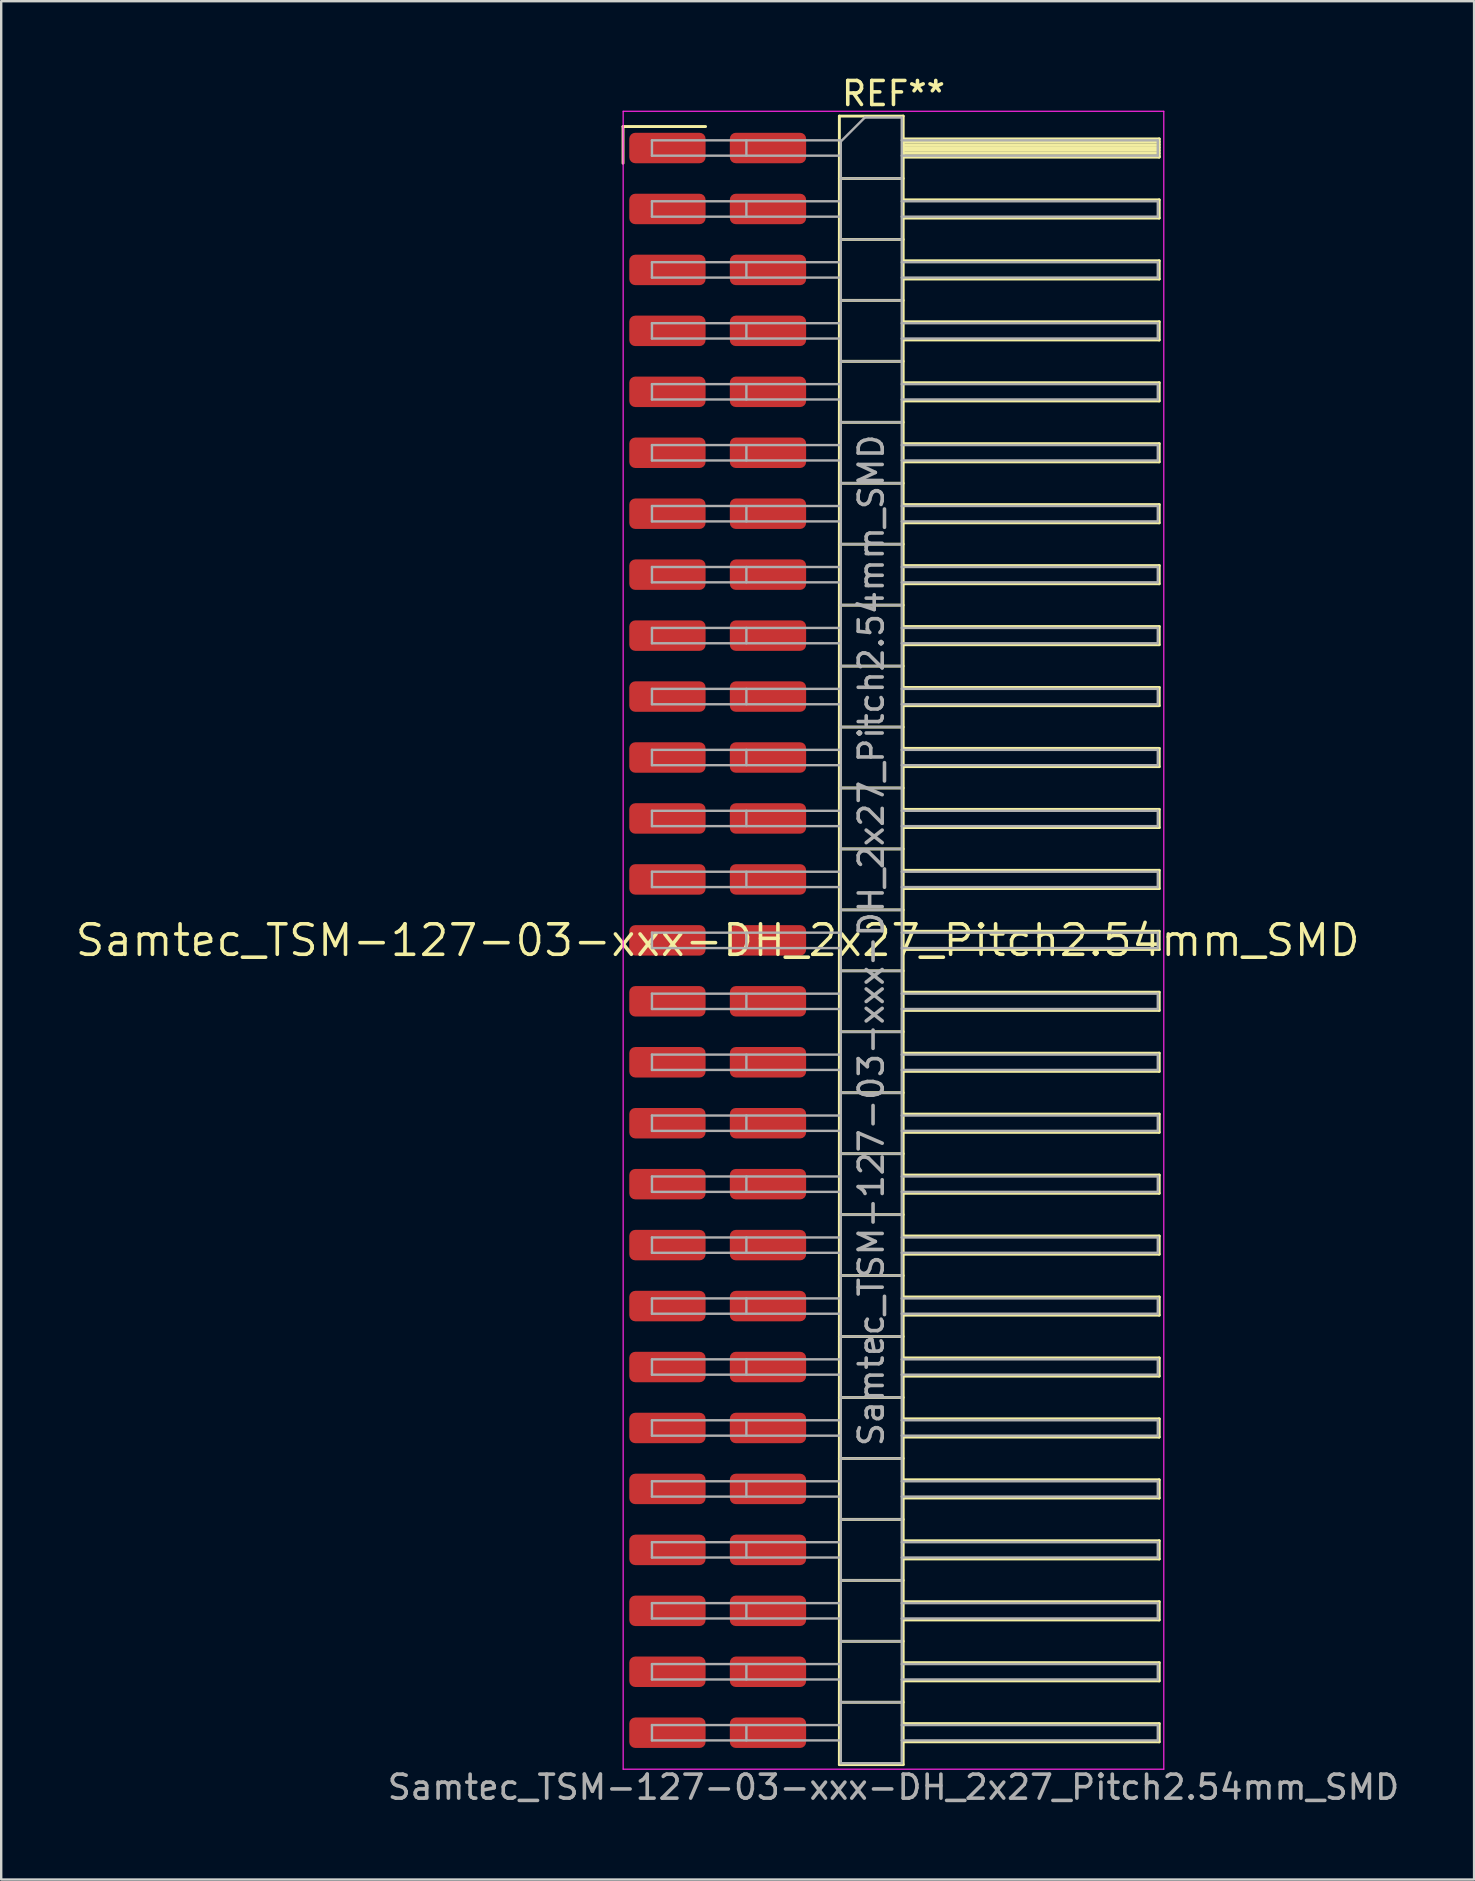
<source format=kicad_pcb>
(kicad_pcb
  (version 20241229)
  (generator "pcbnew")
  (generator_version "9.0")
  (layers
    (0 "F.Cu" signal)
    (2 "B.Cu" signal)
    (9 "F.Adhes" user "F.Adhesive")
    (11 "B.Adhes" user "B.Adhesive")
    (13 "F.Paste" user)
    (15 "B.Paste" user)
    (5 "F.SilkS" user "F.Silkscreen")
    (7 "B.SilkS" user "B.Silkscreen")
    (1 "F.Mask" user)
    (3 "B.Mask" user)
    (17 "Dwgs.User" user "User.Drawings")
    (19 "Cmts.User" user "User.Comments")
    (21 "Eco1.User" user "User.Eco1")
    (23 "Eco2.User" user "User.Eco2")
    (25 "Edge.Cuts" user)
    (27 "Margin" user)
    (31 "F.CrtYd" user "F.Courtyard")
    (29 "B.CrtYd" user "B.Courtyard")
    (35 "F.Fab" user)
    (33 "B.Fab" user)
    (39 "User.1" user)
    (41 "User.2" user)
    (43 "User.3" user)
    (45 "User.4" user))
  (footprint "Samtec_TSM-127-03-xxx-DH_2x27_Pitch2.54mm_SMD"
    (layer "F.Cu")
    (at 26.859 36.138)
    (property "Reference" "Samtec_TSM-127-03-xxx-DH_2x27_Pitch2.54mm_SMD" (at 0 0 0) (layer "F.SilkS") (effects (font (size 1.27 1.27) (thickness 0.15))))
    (attr smd)
    (fp_line (start -3.945 -33.915) (end -0.505 -33.915) (stroke (width 0.12) (type solid)) (layer "F.SilkS"))
    (fp_line (start -3.945 -32.385) (end -3.945 -33.915) (stroke (width 0.12) (type solid)) (layer "F.SilkS"))
    (fp_line (start 5.07 -34.35) (end 7.73 -34.35) (stroke (width 0.12) (type solid)) (layer "F.SilkS"))
    (fp_line (start 5.07 -31.75) (end 7.73 -31.75) (stroke (width 0.12) (type solid)) (layer "F.SilkS"))
    (fp_line (start 5.07 -29.21) (end 7.73 -29.21) (stroke (width 0.12) (type solid)) (layer "F.SilkS"))
    (fp_line (start 5.07 -26.67) (end 7.73 -26.67) (stroke (width 0.12) (type solid)) (layer "F.SilkS"))
    (fp_line (start 5.07 -24.13) (end 7.73 -24.13) (stroke (width 0.12) (type solid)) (layer "F.SilkS"))
    (fp_line (start 5.07 -21.59) (end 7.73 -21.59) (stroke (width 0.12) (type solid)) (layer "F.SilkS"))
    (fp_line (start 5.07 -19.05) (end 7.73 -19.05) (stroke (width 0.12) (type solid)) (layer "F.SilkS"))
    (fp_line (start 5.07 -16.51) (end 7.73 -16.51) (stroke (width 0.12) (type solid)) (layer "F.SilkS"))
    (fp_line (start 5.07 -13.97) (end 7.73 -13.97) (stroke (width 0.12) (type solid)) (layer "F.SilkS"))
    (fp_line (start 5.07 -11.43) (end 7.73 -11.43) (stroke (width 0.12) (type solid)) (layer "F.SilkS"))
    (fp_line (start 5.07 -8.89) (end 7.73 -8.89) (stroke (width 0.12) (type solid)) (layer "F.SilkS"))
    (fp_line (start 5.07 -6.35) (end 7.73 -6.35) (stroke (width 0.12) (type solid)) (layer "F.SilkS"))
    (fp_line (start 5.07 -3.81) (end 7.73 -3.81) (stroke (width 0.12) (type solid)) (layer "F.SilkS"))
    (fp_line (start 5.07 -1.27) (end 7.73 -1.27) (stroke (width 0.12) (type solid)) (layer "F.SilkS"))
    (fp_line (start 5.07 1.27) (end 7.73 1.27) (stroke (width 0.12) (type solid)) (layer "F.SilkS"))
    (fp_line (start 5.07 3.81) (end 7.73 3.81) (stroke (width 0.12) (type solid)) (layer "F.SilkS"))
    (fp_line (start 5.07 6.35) (end 7.73 6.35) (stroke (width 0.12) (type solid)) (layer "F.SilkS"))
    (fp_line (start 5.07 8.89) (end 7.73 8.89) (stroke (width 0.12) (type solid)) (layer "F.SilkS"))
    (fp_line (start 5.07 11.43) (end 7.73 11.43) (stroke (width 0.12) (type solid)) (layer "F.SilkS"))
    (fp_line (start 5.07 13.97) (end 7.73 13.97) (stroke (width 0.12) (type solid)) (layer "F.SilkS"))
    (fp_line (start 5.07 16.51) (end 7.73 16.51) (stroke (width 0.12) (type solid)) (layer "F.SilkS"))
    (fp_line (start 5.07 19.05) (end 7.73 19.05) (stroke (width 0.12) (type solid)) (layer "F.SilkS"))
    (fp_line (start 5.07 21.59) (end 7.73 21.59) (stroke (width 0.12) (type solid)) (layer "F.SilkS"))
    (fp_line (start 5.07 24.13) (end 7.73 24.13) (stroke (width 0.12) (type solid)) (layer "F.SilkS"))
    (fp_line (start 5.07 26.67) (end 7.73 26.67) (stroke (width 0.12) (type solid)) (layer "F.SilkS"))
    (fp_line (start 5.07 29.21) (end 7.73 29.21) (stroke (width 0.12) (type solid)) (layer "F.SilkS"))
    (fp_line (start 5.07 31.75) (end 7.73 31.75) (stroke (width 0.12) (type solid)) (layer "F.SilkS"))
    (fp_line (start 5.07 34.35) (end 5.07 -34.35) (stroke (width 0.12) (type solid)) (layer "F.SilkS"))
    (fp_line (start 7.73 -34.35) (end 7.73 34.35) (stroke (width 0.12) (type solid)) (layer "F.SilkS"))
    (fp_line (start 7.73 -33.4) (end 18.4 -33.4) (stroke (width 0.12) (type solid)) (layer "F.SilkS"))
    (fp_line (start 7.73 -33.28) (end 18.4 -33.28) (stroke (width 0.12) (type solid)) (layer "F.SilkS"))
    (fp_line (start 7.73 -33.16) (end 18.4 -33.16) (stroke (width 0.12) (type solid)) (layer "F.SilkS"))
    (fp_line (start 7.73 -33.04) (end 18.4 -33.04) (stroke (width 0.12) (type solid)) (layer "F.SilkS"))
    (fp_line (start 7.73 -32.92) (end 18.4 -32.92) (stroke (width 0.12) (type solid)) (layer "F.SilkS"))
    (fp_line (start 7.73 -32.8) (end 18.4 -32.8) (stroke (width 0.12) (type solid)) (layer "F.SilkS"))
    (fp_line (start 7.73 -32.68) (end 18.4 -32.68) (stroke (width 0.12) (type solid)) (layer "F.SilkS"))
    (fp_line (start 7.73 -32.64) (end 18.4 -32.64) (stroke (width 0.12) (type solid)) (layer "F.SilkS"))
    (fp_line (start 7.73 -30.86) (end 18.4 -30.86) (stroke (width 0.12) (type solid)) (layer "F.SilkS"))
    (fp_line (start 7.73 -30.1) (end 18.4 -30.1) (stroke (width 0.12) (type solid)) (layer "F.SilkS"))
    (fp_line (start 7.73 -28.32) (end 18.4 -28.32) (stroke (width 0.12) (type solid)) (layer "F.SilkS"))
    (fp_line (start 7.73 -27.56) (end 18.4 -27.56) (stroke (width 0.12) (type solid)) (layer "F.SilkS"))
    (fp_line (start 7.73 -25.78) (end 18.4 -25.78) (stroke (width 0.12) (type solid)) (layer "F.SilkS"))
    (fp_line (start 7.73 -25.02) (end 18.4 -25.02) (stroke (width 0.12) (type solid)) (layer "F.SilkS"))
    (fp_line (start 7.73 -23.24) (end 18.4 -23.24) (stroke (width 0.12) (type solid)) (layer "F.SilkS"))
    (fp_line (start 7.73 -22.48) (end 18.4 -22.48) (stroke (width 0.12) (type solid)) (layer "F.SilkS"))
    (fp_line (start 7.73 -20.7) (end 18.4 -20.7) (stroke (width 0.12) (type solid)) (layer "F.SilkS"))
    (fp_line (start 7.73 -19.94) (end 18.4 -19.94) (stroke (width 0.12) (type solid)) (layer "F.SilkS"))
    (fp_line (start 7.73 -18.16) (end 18.4 -18.16) (stroke (width 0.12) (type solid)) (layer "F.SilkS"))
    (fp_line (start 7.73 -17.4) (end 18.4 -17.4) (stroke (width 0.12) (type solid)) (layer "F.SilkS"))
    (fp_line (start 7.73 -15.62) (end 18.4 -15.62) (stroke (width 0.12) (type solid)) (layer "F.SilkS"))
    (fp_line (start 7.73 -14.86) (end 18.4 -14.86) (stroke (width 0.12) (type solid)) (layer "F.SilkS"))
    (fp_line (start 7.73 -13.08) (end 18.4 -13.08) (stroke (width 0.12) (type solid)) (layer "F.SilkS"))
    (fp_line (start 7.73 -12.32) (end 18.4 -12.32) (stroke (width 0.12) (type solid)) (layer "F.SilkS"))
    (fp_line (start 7.73 -10.54) (end 18.4 -10.54) (stroke (width 0.12) (type solid)) (layer "F.SilkS"))
    (fp_line (start 7.73 -9.78) (end 18.4 -9.78) (stroke (width 0.12) (type solid)) (layer "F.SilkS"))
    (fp_line (start 7.73 -8) (end 18.4 -8) (stroke (width 0.12) (type solid)) (layer "F.SilkS"))
    (fp_line (start 7.73 -7.24) (end 18.4 -7.24) (stroke (width 0.12) (type solid)) (layer "F.SilkS"))
    (fp_line (start 7.73 -5.46) (end 18.4 -5.46) (stroke (width 0.12) (type solid)) (layer "F.SilkS"))
    (fp_line (start 7.73 -4.7) (end 18.4 -4.7) (stroke (width 0.12) (type solid)) (layer "F.SilkS"))
    (fp_line (start 7.73 -2.92) (end 18.4 -2.92) (stroke (width 0.12) (type solid)) (layer "F.SilkS"))
    (fp_line (start 7.73 -2.16) (end 18.4 -2.16) (stroke (width 0.12) (type solid)) (layer "F.SilkS"))
    (fp_line (start 7.73 -0.38) (end 18.4 -0.38) (stroke (width 0.12) (type solid)) (layer "F.SilkS"))
    (fp_line (start 7.73 0.38) (end 18.4 0.38) (stroke (width 0.12) (type solid)) (layer "F.SilkS"))
    (fp_line (start 7.73 2.16) (end 18.4 2.16) (stroke (width 0.12) (type solid)) (layer "F.SilkS"))
    (fp_line (start 7.73 2.92) (end 18.4 2.92) (stroke (width 0.12) (type solid)) (layer "F.SilkS"))
    (fp_line (start 7.73 4.7) (end 18.4 4.7) (stroke (width 0.12) (type solid)) (layer "F.SilkS"))
    (fp_line (start 7.73 5.46) (end 18.4 5.46) (stroke (width 0.12) (type solid)) (layer "F.SilkS"))
    (fp_line (start 7.73 7.24) (end 18.4 7.24) (stroke (width 0.12) (type solid)) (layer "F.SilkS"))
    (fp_line (start 7.73 8) (end 18.4 8) (stroke (width 0.12) (type solid)) (layer "F.SilkS"))
    (fp_line (start 7.73 9.78) (end 18.4 9.78) (stroke (width 0.12) (type solid)) (layer "F.SilkS"))
    (fp_line (start 7.73 10.54) (end 18.4 10.54) (stroke (width 0.12) (type solid)) (layer "F.SilkS"))
    (fp_line (start 7.73 12.32) (end 18.4 12.32) (stroke (width 0.12) (type solid)) (layer "F.SilkS"))
    (fp_line (start 7.73 13.08) (end 18.4 13.08) (stroke (width 0.12) (type solid)) (layer "F.SilkS"))
    (fp_line (start 7.73 14.86) (end 18.4 14.86) (stroke (width 0.12) (type solid)) (layer "F.SilkS"))
    (fp_line (start 7.73 15.62) (end 18.4 15.62) (stroke (width 0.12) (type solid)) (layer "F.SilkS"))
    (fp_line (start 7.73 17.4) (end 18.4 17.4) (stroke (width 0.12) (type solid)) (layer "F.SilkS"))
    (fp_line (start 7.73 18.16) (end 18.4 18.16) (stroke (width 0.12) (type solid)) (layer "F.SilkS"))
    (fp_line (start 7.73 19.94) (end 18.4 19.94) (stroke (width 0.12) (type solid)) (layer "F.SilkS"))
    (fp_line (start 7.73 20.7) (end 18.4 20.7) (stroke (width 0.12) (type solid)) (layer "F.SilkS"))
    (fp_line (start 7.73 22.48) (end 18.4 22.48) (stroke (width 0.12) (type solid)) (layer "F.SilkS"))
    (fp_line (start 7.73 23.24) (end 18.4 23.24) (stroke (width 0.12) (type solid)) (layer "F.SilkS"))
    (fp_line (start 7.73 25.02) (end 18.4 25.02) (stroke (width 0.12) (type solid)) (layer "F.SilkS"))
    (fp_line (start 7.73 25.78) (end 18.4 25.78) (stroke (width 0.12) (type solid)) (layer "F.SilkS"))
    (fp_line (start 7.73 27.56) (end 18.4 27.56) (stroke (width 0.12) (type solid)) (layer "F.SilkS"))
    (fp_line (start 7.73 28.32) (end 18.4 28.32) (stroke (width 0.12) (type solid)) (layer "F.SilkS"))
    (fp_line (start 7.73 30.1) (end 18.4 30.1) (stroke (width 0.12) (type solid)) (layer "F.SilkS"))
    (fp_line (start 7.73 30.86) (end 18.4 30.86) (stroke (width 0.12) (type solid)) (layer "F.SilkS"))
    (fp_line (start 7.73 32.64) (end 18.4 32.64) (stroke (width 0.12) (type solid)) (layer "F.SilkS"))
    (fp_line (start 7.73 33.4) (end 18.4 33.4) (stroke (width 0.12) (type solid)) (layer "F.SilkS"))
    (fp_line (start 7.73 34.35) (end 5.07 34.35) (stroke (width 0.12) (type solid)) (layer "F.SilkS"))
    (fp_line (start 18.4 -33.4) (end 18.4 -32.64) (stroke (width 0.12) (type solid)) (layer "F.SilkS"))
    (fp_line (start 18.4 -30.86) (end 18.4 -30.1) (stroke (width 0.12) (type solid)) (layer "F.SilkS"))
    (fp_line (start 18.4 -28.32) (end 18.4 -27.56) (stroke (width 0.12) (type solid)) (layer "F.SilkS"))
    (fp_line (start 18.4 -25.78) (end 18.4 -25.02) (stroke (width 0.12) (type solid)) (layer "F.SilkS"))
    (fp_line (start 18.4 -23.24) (end 18.4 -22.48) (stroke (width 0.12) (type solid)) (layer "F.SilkS"))
    (fp_line (start 18.4 -20.7) (end 18.4 -19.94) (stroke (width 0.12) (type solid)) (layer "F.SilkS"))
    (fp_line (start 18.4 -18.16) (end 18.4 -17.4) (stroke (width 0.12) (type solid)) (layer "F.SilkS"))
    (fp_line (start 18.4 -15.62) (end 18.4 -14.86) (stroke (width 0.12) (type solid)) (layer "F.SilkS"))
    (fp_line (start 18.4 -13.08) (end 18.4 -12.32) (stroke (width 0.12) (type solid)) (layer "F.SilkS"))
    (fp_line (start 18.4 -10.54) (end 18.4 -9.78) (stroke (width 0.12) (type solid)) (layer "F.SilkS"))
    (fp_line (start 18.4 -8) (end 18.4 -7.24) (stroke (width 0.12) (type solid)) (layer "F.SilkS"))
    (fp_line (start 18.4 -5.46) (end 18.4 -4.7) (stroke (width 0.12) (type solid)) (layer "F.SilkS"))
    (fp_line (start 18.4 -2.92) (end 18.4 -2.16) (stroke (width 0.12) (type solid)) (layer "F.SilkS"))
    (fp_line (start 18.4 -0.38) (end 18.4 0.38) (stroke (width 0.12) (type solid)) (layer "F.SilkS"))
    (fp_line (start 18.4 2.16) (end 18.4 2.92) (stroke (width 0.12) (type solid)) (layer "F.SilkS"))
    (fp_line (start 18.4 4.7) (end 18.4 5.46) (stroke (width 0.12) (type solid)) (layer "F.SilkS"))
    (fp_line (start 18.4 7.24) (end 18.4 8) (stroke (width 0.12) (type solid)) (layer "F.SilkS"))
    (fp_line (start 18.4 9.78) (end 18.4 10.54) (stroke (width 0.12) (type solid)) (layer "F.SilkS"))
    (fp_line (start 18.4 12.32) (end 18.4 13.08) (stroke (width 0.12) (type solid)) (layer "F.SilkS"))
    (fp_line (start 18.4 14.86) (end 18.4 15.62) (stroke (width 0.12) (type solid)) (layer "F.SilkS"))
    (fp_line (start 18.4 17.4) (end 18.4 18.16) (stroke (width 0.12) (type solid)) (layer "F.SilkS"))
    (fp_line (start 18.4 19.94) (end 18.4 20.7) (stroke (width 0.12) (type solid)) (layer "F.SilkS"))
    (fp_line (start 18.4 22.48) (end 18.4 23.24) (stroke (width 0.12) (type solid)) (layer "F.SilkS"))
    (fp_line (start 18.4 25.02) (end 18.4 25.78) (stroke (width 0.12) (type solid)) (layer "F.SilkS"))
    (fp_line (start 18.4 27.56) (end 18.4 28.32) (stroke (width 0.12) (type solid)) (layer "F.SilkS"))
    (fp_line (start 18.4 30.1) (end 18.4 30.86) (stroke (width 0.12) (type solid)) (layer "F.SilkS"))
    (fp_line (start 18.4 32.64) (end 18.4 33.4) (stroke (width 0.12) (type solid)) (layer "F.SilkS"))
    (fp_line (start -3.94 -34.55) (end 18.59 -34.55) (stroke (width 0.05) (type solid)) (layer "F.CrtYd"))
    (fp_line (start -3.94 34.54) (end -3.94 -34.55) (stroke (width 0.05) (type solid)) (layer "F.CrtYd"))
    (fp_line (start 18.59 -34.55) (end 18.59 34.54) (stroke (width 0.05) (type solid)) (layer "F.CrtYd"))
    (fp_line (start 18.59 34.54) (end -3.94 34.54) (stroke (width 0.05) (type solid)) (layer "F.CrtYd"))
    (fp_line (start -2.74 -33.34) (end -2.74 -32.7) (stroke (width 0.1) (type solid)) (layer "F.Fab"))
    (fp_line (start -2.74 -33.34) (end 5.13 -33.34) (stroke (width 0.1) (type solid)) (layer "F.Fab"))
    (fp_line (start -2.74 -32.7) (end 5.13 -32.7) (stroke (width 0.1) (type solid)) (layer "F.Fab"))
    (fp_line (start -2.74 -30.8) (end -2.74 -30.16) (stroke (width 0.1) (type solid)) (layer "F.Fab"))
    (fp_line (start -2.74 -30.8) (end 5.13 -30.8) (stroke (width 0.1) (type solid)) (layer "F.Fab"))
    (fp_line (start -2.74 -30.16) (end 5.13 -30.16) (stroke (width 0.1) (type solid)) (layer "F.Fab"))
    (fp_line (start -2.74 -28.26) (end -2.74 -27.62) (stroke (width 0.1) (type solid)) (layer "F.Fab"))
    (fp_line (start -2.74 -28.26) (end 5.13 -28.26) (stroke (width 0.1) (type solid)) (layer "F.Fab"))
    (fp_line (start -2.74 -27.62) (end 5.13 -27.62) (stroke (width 0.1) (type solid)) (layer "F.Fab"))
    (fp_line (start -2.74 -25.72) (end -2.74 -25.08) (stroke (width 0.1) (type solid)) (layer "F.Fab"))
    (fp_line (start -2.74 -25.72) (end 5.13 -25.72) (stroke (width 0.1) (type solid)) (layer "F.Fab"))
    (fp_line (start -2.74 -25.08) (end 5.13 -25.08) (stroke (width 0.1) (type solid)) (layer "F.Fab"))
    (fp_line (start -2.74 -23.18) (end -2.74 -22.54) (stroke (width 0.1) (type solid)) (layer "F.Fab"))
    (fp_line (start -2.74 -23.18) (end 5.13 -23.18) (stroke (width 0.1) (type solid)) (layer "F.Fab"))
    (fp_line (start -2.74 -22.54) (end 5.13 -22.54) (stroke (width 0.1) (type solid)) (layer "F.Fab"))
    (fp_line (start -2.74 -20.64) (end -2.74 -20) (stroke (width 0.1) (type solid)) (layer "F.Fab"))
    (fp_line (start -2.74 -20.64) (end 5.13 -20.64) (stroke (width 0.1) (type solid)) (layer "F.Fab"))
    (fp_line (start -2.74 -20) (end 5.13 -20) (stroke (width 0.1) (type solid)) (layer "F.Fab"))
    (fp_line (start -2.74 -18.1) (end -2.74 -17.46) (stroke (width 0.1) (type solid)) (layer "F.Fab"))
    (fp_line (start -2.74 -18.1) (end 5.13 -18.1) (stroke (width 0.1) (type solid)) (layer "F.Fab"))
    (fp_line (start -2.74 -17.46) (end 5.13 -17.46) (stroke (width 0.1) (type solid)) (layer "F.Fab"))
    (fp_line (start -2.74 -15.56) (end -2.74 -14.92) (stroke (width 0.1) (type solid)) (layer "F.Fab"))
    (fp_line (start -2.74 -15.56) (end 5.13 -15.56) (stroke (width 0.1) (type solid)) (layer "F.Fab"))
    (fp_line (start -2.74 -14.92) (end 5.13 -14.92) (stroke (width 0.1) (type solid)) (layer "F.Fab"))
    (fp_line (start -2.74 -13.02) (end -2.74 -12.38) (stroke (width 0.1) (type solid)) (layer "F.Fab"))
    (fp_line (start -2.74 -13.02) (end 5.13 -13.02) (stroke (width 0.1) (type solid)) (layer "F.Fab"))
    (fp_line (start -2.74 -12.38) (end 5.13 -12.38) (stroke (width 0.1) (type solid)) (layer "F.Fab"))
    (fp_line (start -2.74 -10.48) (end -2.74 -9.84) (stroke (width 0.1) (type solid)) (layer "F.Fab"))
    (fp_line (start -2.74 -10.48) (end 5.13 -10.48) (stroke (width 0.1) (type solid)) (layer "F.Fab"))
    (fp_line (start -2.74 -9.84) (end 5.13 -9.84) (stroke (width 0.1) (type solid)) (layer "F.Fab"))
    (fp_line (start -2.74 -7.94) (end -2.74 -7.3) (stroke (width 0.1) (type solid)) (layer "F.Fab"))
    (fp_line (start -2.74 -7.94) (end 5.13 -7.94) (stroke (width 0.1) (type solid)) (layer "F.Fab"))
    (fp_line (start -2.74 -7.3) (end 5.13 -7.3) (stroke (width 0.1) (type solid)) (layer "F.Fab"))
    (fp_line (start -2.74 -5.4) (end -2.74 -4.76) (stroke (width 0.1) (type solid)) (layer "F.Fab"))
    (fp_line (start -2.74 -5.4) (end 5.13 -5.4) (stroke (width 0.1) (type solid)) (layer "F.Fab"))
    (fp_line (start -2.74 -4.76) (end 5.13 -4.76) (stroke (width 0.1) (type solid)) (layer "F.Fab"))
    (fp_line (start -2.74 -2.86) (end -2.74 -2.22) (stroke (width 0.1) (type solid)) (layer "F.Fab"))
    (fp_line (start -2.74 -2.86) (end 5.13 -2.86) (stroke (width 0.1) (type solid)) (layer "F.Fab"))
    (fp_line (start -2.74 -2.22) (end 5.13 -2.22) (stroke (width 0.1) (type solid)) (layer "F.Fab"))
    (fp_line (start -2.74 -0.32) (end -2.74 0.32) (stroke (width 0.1) (type solid)) (layer "F.Fab"))
    (fp_line (start -2.74 -0.32) (end 5.13 -0.32) (stroke (width 0.1) (type solid)) (layer "F.Fab"))
    (fp_line (start -2.74 0.32) (end 5.13 0.32) (stroke (width 0.1) (type solid)) (layer "F.Fab"))
    (fp_line (start -2.74 2.22) (end -2.74 2.86) (stroke (width 0.1) (type solid)) (layer "F.Fab"))
    (fp_line (start -2.74 2.22) (end 5.13 2.22) (stroke (width 0.1) (type solid)) (layer "F.Fab"))
    (fp_line (start -2.74 2.86) (end 5.13 2.86) (stroke (width 0.1) (type solid)) (layer "F.Fab"))
    (fp_line (start -2.74 4.76) (end -2.74 5.4) (stroke (width 0.1) (type solid)) (layer "F.Fab"))
    (fp_line (start -2.74 4.76) (end 5.13 4.76) (stroke (width 0.1) (type solid)) (layer "F.Fab"))
    (fp_line (start -2.74 5.4) (end 5.13 5.4) (stroke (width 0.1) (type solid)) (layer "F.Fab"))
    (fp_line (start -2.74 7.3) (end -2.74 7.94) (stroke (width 0.1) (type solid)) (layer "F.Fab"))
    (fp_line (start -2.74 7.3) (end 5.13 7.3) (stroke (width 0.1) (type solid)) (layer "F.Fab"))
    (fp_line (start -2.74 7.94) (end 5.13 7.94) (stroke (width 0.1) (type solid)) (layer "F.Fab"))
    (fp_line (start -2.74 9.84) (end -2.74 10.48) (stroke (width 0.1) (type solid)) (layer "F.Fab"))
    (fp_line (start -2.74 9.84) (end 5.13 9.84) (stroke (width 0.1) (type solid)) (layer "F.Fab"))
    (fp_line (start -2.74 10.48) (end 5.13 10.48) (stroke (width 0.1) (type solid)) (layer "F.Fab"))
    (fp_line (start -2.74 12.38) (end -2.74 13.02) (stroke (width 0.1) (type solid)) (layer "F.Fab"))
    (fp_line (start -2.74 12.38) (end 5.13 12.38) (stroke (width 0.1) (type solid)) (layer "F.Fab"))
    (fp_line (start -2.74 13.02) (end 5.13 13.02) (stroke (width 0.1) (type solid)) (layer "F.Fab"))
    (fp_line (start -2.74 14.92) (end -2.74 15.56) (stroke (width 0.1) (type solid)) (layer "F.Fab"))
    (fp_line (start -2.74 14.92) (end 5.13 14.92) (stroke (width 0.1) (type solid)) (layer "F.Fab"))
    (fp_line (start -2.74 15.56) (end 5.13 15.56) (stroke (width 0.1) (type solid)) (layer "F.Fab"))
    (fp_line (start -2.74 17.46) (end -2.74 18.1) (stroke (width 0.1) (type solid)) (layer "F.Fab"))
    (fp_line (start -2.74 17.46) (end 5.13 17.46) (stroke (width 0.1) (type solid)) (layer "F.Fab"))
    (fp_line (start -2.74 18.1) (end 5.13 18.1) (stroke (width 0.1) (type solid)) (layer "F.Fab"))
    (fp_line (start -2.74 20) (end -2.74 20.64) (stroke (width 0.1) (type solid)) (layer "F.Fab"))
    (fp_line (start -2.74 20) (end 5.13 20) (stroke (width 0.1) (type solid)) (layer "F.Fab"))
    (fp_line (start -2.74 20.64) (end 5.13 20.64) (stroke (width 0.1) (type solid)) (layer "F.Fab"))
    (fp_line (start -2.74 22.54) (end -2.74 23.18) (stroke (width 0.1) (type solid)) (layer "F.Fab"))
    (fp_line (start -2.74 22.54) (end 5.13 22.54) (stroke (width 0.1) (type solid)) (layer "F.Fab"))
    (fp_line (start -2.74 23.18) (end 5.13 23.18) (stroke (width 0.1) (type solid)) (layer "F.Fab"))
    (fp_line (start -2.74 25.08) (end -2.74 25.72) (stroke (width 0.1) (type solid)) (layer "F.Fab"))
    (fp_line (start -2.74 25.08) (end 5.13 25.08) (stroke (width 0.1) (type solid)) (layer "F.Fab"))
    (fp_line (start -2.74 25.72) (end 5.13 25.72) (stroke (width 0.1) (type solid)) (layer "F.Fab"))
    (fp_line (start -2.74 27.62) (end -2.74 28.26) (stroke (width 0.1) (type solid)) (layer "F.Fab"))
    (fp_line (start -2.74 27.62) (end 5.13 27.62) (stroke (width 0.1) (type solid)) (layer "F.Fab"))
    (fp_line (start -2.74 28.26) (end 5.13 28.26) (stroke (width 0.1) (type solid)) (layer "F.Fab"))
    (fp_line (start -2.74 30.16) (end -2.74 30.8) (stroke (width 0.1) (type solid)) (layer "F.Fab"))
    (fp_line (start -2.74 30.16) (end 5.13 30.16) (stroke (width 0.1) (type solid)) (layer "F.Fab"))
    (fp_line (start -2.74 30.8) (end 5.13 30.8) (stroke (width 0.1) (type solid)) (layer "F.Fab"))
    (fp_line (start -2.74 32.7) (end -2.74 33.34) (stroke (width 0.1) (type solid)) (layer "F.Fab"))
    (fp_line (start -2.74 32.7) (end 5.13 32.7) (stroke (width 0.1) (type solid)) (layer "F.Fab"))
    (fp_line (start -2.74 33.34) (end 5.13 33.34) (stroke (width 0.1) (type solid)) (layer "F.Fab"))
    (fp_line (start 1.195 -33.34) (end 1.195 -32.7) (stroke (width 0.1) (type solid)) (layer "F.Fab"))
    (fp_line (start 1.195 -30.8) (end 1.195 -30.16) (stroke (width 0.1) (type solid)) (layer "F.Fab"))
    (fp_line (start 1.195 -28.26) (end 1.195 -27.62) (stroke (width 0.1) (type solid)) (layer "F.Fab"))
    (fp_line (start 1.195 -25.72) (end 1.195 -25.08) (stroke (width 0.1) (type solid)) (layer "F.Fab"))
    (fp_line (start 1.195 -23.18) (end 1.195 -22.54) (stroke (width 0.1) (type solid)) (layer "F.Fab"))
    (fp_line (start 1.195 -20.64) (end 1.195 -20) (stroke (width 0.1) (type solid)) (layer "F.Fab"))
    (fp_line (start 1.195 -18.1) (end 1.195 -17.46) (stroke (width 0.1) (type solid)) (layer "F.Fab"))
    (fp_line (start 1.195 -15.56) (end 1.195 -14.92) (stroke (width 0.1) (type solid)) (layer "F.Fab"))
    (fp_line (start 1.195 -13.02) (end 1.195 -12.38) (stroke (width 0.1) (type solid)) (layer "F.Fab"))
    (fp_line (start 1.195 -10.48) (end 1.195 -9.84) (stroke (width 0.1) (type solid)) (layer "F.Fab"))
    (fp_line (start 1.195 -7.94) (end 1.195 -7.3) (stroke (width 0.1) (type solid)) (layer "F.Fab"))
    (fp_line (start 1.195 -5.4) (end 1.195 -4.76) (stroke (width 0.1) (type solid)) (layer "F.Fab"))
    (fp_line (start 1.195 -2.86) (end 1.195 -2.22) (stroke (width 0.1) (type solid)) (layer "F.Fab"))
    (fp_line (start 1.195 -0.32) (end 1.195 0.32) (stroke (width 0.1) (type solid)) (layer "F.Fab"))
    (fp_line (start 1.195 2.22) (end 1.195 2.86) (stroke (width 0.1) (type solid)) (layer "F.Fab"))
    (fp_line (start 1.195 4.76) (end 1.195 5.4) (stroke (width 0.1) (type solid)) (layer "F.Fab"))
    (fp_line (start 1.195 7.3) (end 1.195 7.94) (stroke (width 0.1) (type solid)) (layer "F.Fab"))
    (fp_line (start 1.195 9.84) (end 1.195 10.48) (stroke (width 0.1) (type solid)) (layer "F.Fab"))
    (fp_line (start 1.195 12.38) (end 1.195 13.02) (stroke (width 0.1) (type solid)) (layer "F.Fab"))
    (fp_line (start 1.195 14.92) (end 1.195 15.56) (stroke (width 0.1) (type solid)) (layer "F.Fab"))
    (fp_line (start 1.195 17.46) (end 1.195 18.1) (stroke (width 0.1) (type solid)) (layer "F.Fab"))
    (fp_line (start 1.195 20) (end 1.195 20.64) (stroke (width 0.1) (type solid)) (layer "F.Fab"))
    (fp_line (start 1.195 22.54) (end 1.195 23.18) (stroke (width 0.1) (type solid)) (layer "F.Fab"))
    (fp_line (start 1.195 25.08) (end 1.195 25.72) (stroke (width 0.1) (type solid)) (layer "F.Fab"))
    (fp_line (start 1.195 27.62) (end 1.195 28.26) (stroke (width 0.1) (type solid)) (layer "F.Fab"))
    (fp_line (start 1.195 30.16) (end 1.195 30.8) (stroke (width 0.1) (type solid)) (layer "F.Fab"))
    (fp_line (start 1.195 32.7) (end 1.195 33.34) (stroke (width 0.1) (type solid)) (layer "F.Fab"))
    (fp_line (start 5.13 -33.29) (end 6.13 -34.29) (stroke (width 0.1) (type solid)) (layer "F.Fab"))
    (fp_line (start 5.13 -31.75) (end 7.67 -31.75) (stroke (width 0.1) (type solid)) (layer "F.Fab"))
    (fp_line (start 5.13 -29.21) (end 7.67 -29.21) (stroke (width 0.1) (type solid)) (layer "F.Fab"))
    (fp_line (start 5.13 -26.67) (end 7.67 -26.67) (stroke (width 0.1) (type solid)) (layer "F.Fab"))
    (fp_line (start 5.13 -24.13) (end 7.67 -24.13) (stroke (width 0.1) (type solid)) (layer "F.Fab"))
    (fp_line (start 5.13 -21.59) (end 7.67 -21.59) (stroke (width 0.1) (type solid)) (layer "F.Fab"))
    (fp_line (start 5.13 -19.05) (end 7.67 -19.05) (stroke (width 0.1) (type solid)) (layer "F.Fab"))
    (fp_line (start 5.13 -16.51) (end 7.67 -16.51) (stroke (width 0.1) (type solid)) (layer "F.Fab"))
    (fp_line (start 5.13 -13.97) (end 7.67 -13.97) (stroke (width 0.1) (type solid)) (layer "F.Fab"))
    (fp_line (start 5.13 -11.43) (end 7.67 -11.43) (stroke (width 0.1) (type solid)) (layer "F.Fab"))
    (fp_line (start 5.13 -8.89) (end 7.67 -8.89) (stroke (width 0.1) (type solid)) (layer "F.Fab"))
    (fp_line (start 5.13 -6.35) (end 7.67 -6.35) (stroke (width 0.1) (type solid)) (layer "F.Fab"))
    (fp_line (start 5.13 -3.81) (end 7.67 -3.81) (stroke (width 0.1) (type solid)) (layer "F.Fab"))
    (fp_line (start 5.13 -1.27) (end 7.67 -1.27) (stroke (width 0.1) (type solid)) (layer "F.Fab"))
    (fp_line (start 5.13 1.27) (end 7.67 1.27) (stroke (width 0.1) (type solid)) (layer "F.Fab"))
    (fp_line (start 5.13 3.81) (end 7.67 3.81) (stroke (width 0.1) (type solid)) (layer "F.Fab"))
    (fp_line (start 5.13 6.35) (end 7.67 6.35) (stroke (width 0.1) (type solid)) (layer "F.Fab"))
    (fp_line (start 5.13 8.89) (end 7.67 8.89) (stroke (width 0.1) (type solid)) (layer "F.Fab"))
    (fp_line (start 5.13 11.43) (end 7.67 11.43) (stroke (width 0.1) (type solid)) (layer "F.Fab"))
    (fp_line (start 5.13 13.97) (end 7.67 13.97) (stroke (width 0.1) (type solid)) (layer "F.Fab"))
    (fp_line (start 5.13 16.51) (end 7.67 16.51) (stroke (width 0.1) (type solid)) (layer "F.Fab"))
    (fp_line (start 5.13 19.05) (end 7.67 19.05) (stroke (width 0.1) (type solid)) (layer "F.Fab"))
    (fp_line (start 5.13 21.59) (end 7.67 21.59) (stroke (width 0.1) (type solid)) (layer "F.Fab"))
    (fp_line (start 5.13 24.13) (end 7.67 24.13) (stroke (width 0.1) (type solid)) (layer "F.Fab"))
    (fp_line (start 5.13 26.67) (end 7.67 26.67) (stroke (width 0.1) (type solid)) (layer "F.Fab"))
    (fp_line (start 5.13 29.21) (end 7.67 29.21) (stroke (width 0.1) (type solid)) (layer "F.Fab"))
    (fp_line (start 5.13 31.75) (end 7.67 31.75) (stroke (width 0.1) (type solid)) (layer "F.Fab"))
    (fp_line (start 5.13 34.29) (end 5.13 -33.29) (stroke (width 0.1) (type solid)) (layer "F.Fab"))
    (fp_line (start 6.13 -34.29) (end 7.67 -34.29) (stroke (width 0.1) (type solid)) (layer "F.Fab"))
    (fp_line (start 7.67 -34.29) (end 7.67 34.29) (stroke (width 0.1) (type solid)) (layer "F.Fab"))
    (fp_line (start 7.67 -33.34) (end 18.34 -33.34) (stroke (width 0.1) (type solid)) (layer "F.Fab"))
    (fp_line (start 7.67 -32.7) (end 18.34 -32.7) (stroke (width 0.1) (type solid)) (layer "F.Fab"))
    (fp_line (start 7.67 -30.8) (end 18.34 -30.8) (stroke (width 0.1) (type solid)) (layer "F.Fab"))
    (fp_line (start 7.67 -30.16) (end 18.34 -30.16) (stroke (width 0.1) (type solid)) (layer "F.Fab"))
    (fp_line (start 7.67 -28.26) (end 18.34 -28.26) (stroke (width 0.1) (type solid)) (layer "F.Fab"))
    (fp_line (start 7.67 -27.62) (end 18.34 -27.62) (stroke (width 0.1) (type solid)) (layer "F.Fab"))
    (fp_line (start 7.67 -25.72) (end 18.34 -25.72) (stroke (width 0.1) (type solid)) (layer "F.Fab"))
    (fp_line (start 7.67 -25.08) (end 18.34 -25.08) (stroke (width 0.1) (type solid)) (layer "F.Fab"))
    (fp_line (start 7.67 -23.18) (end 18.34 -23.18) (stroke (width 0.1) (type solid)) (layer "F.Fab"))
    (fp_line (start 7.67 -22.54) (end 18.34 -22.54) (stroke (width 0.1) (type solid)) (layer "F.Fab"))
    (fp_line (start 7.67 -20.64) (end 18.34 -20.64) (stroke (width 0.1) (type solid)) (layer "F.Fab"))
    (fp_line (start 7.67 -20) (end 18.34 -20) (stroke (width 0.1) (type solid)) (layer "F.Fab"))
    (fp_line (start 7.67 -18.1) (end 18.34 -18.1) (stroke (width 0.1) (type solid)) (layer "F.Fab"))
    (fp_line (start 7.67 -17.46) (end 18.34 -17.46) (stroke (width 0.1) (type solid)) (layer "F.Fab"))
    (fp_line (start 7.67 -15.56) (end 18.34 -15.56) (stroke (width 0.1) (type solid)) (layer "F.Fab"))
    (fp_line (start 7.67 -14.92) (end 18.34 -14.92) (stroke (width 0.1) (type solid)) (layer "F.Fab"))
    (fp_line (start 7.67 -13.02) (end 18.34 -13.02) (stroke (width 0.1) (type solid)) (layer "F.Fab"))
    (fp_line (start 7.67 -12.38) (end 18.34 -12.38) (stroke (width 0.1) (type solid)) (layer "F.Fab"))
    (fp_line (start 7.67 -10.48) (end 18.34 -10.48) (stroke (width 0.1) (type solid)) (layer "F.Fab"))
    (fp_line (start 7.67 -9.84) (end 18.34 -9.84) (stroke (width 0.1) (type solid)) (layer "F.Fab"))
    (fp_line (start 7.67 -7.94) (end 18.34 -7.94) (stroke (width 0.1) (type solid)) (layer "F.Fab"))
    (fp_line (start 7.67 -7.3) (end 18.34 -7.3) (stroke (width 0.1) (type solid)) (layer "F.Fab"))
    (fp_line (start 7.67 -5.4) (end 18.34 -5.4) (stroke (width 0.1) (type solid)) (layer "F.Fab"))
    (fp_line (start 7.67 -4.76) (end 18.34 -4.76) (stroke (width 0.1) (type solid)) (layer "F.Fab"))
    (fp_line (start 7.67 -2.86) (end 18.34 -2.86) (stroke (width 0.1) (type solid)) (layer "F.Fab"))
    (fp_line (start 7.67 -2.22) (end 18.34 -2.22) (stroke (width 0.1) (type solid)) (layer "F.Fab"))
    (fp_line (start 7.67 -0.32) (end 18.34 -0.32) (stroke (width 0.1) (type solid)) (layer "F.Fab"))
    (fp_line (start 7.67 0.32) (end 18.34 0.32) (stroke (width 0.1) (type solid)) (layer "F.Fab"))
    (fp_line (start 7.67 2.22) (end 18.34 2.22) (stroke (width 0.1) (type solid)) (layer "F.Fab"))
    (fp_line (start 7.67 2.86) (end 18.34 2.86) (stroke (width 0.1) (type solid)) (layer "F.Fab"))
    (fp_line (start 7.67 4.76) (end 18.34 4.76) (stroke (width 0.1) (type solid)) (layer "F.Fab"))
    (fp_line (start 7.67 5.4) (end 18.34 5.4) (stroke (width 0.1) (type solid)) (layer "F.Fab"))
    (fp_line (start 7.67 7.3) (end 18.34 7.3) (stroke (width 0.1) (type solid)) (layer "F.Fab"))
    (fp_line (start 7.67 7.94) (end 18.34 7.94) (stroke (width 0.1) (type solid)) (layer "F.Fab"))
    (fp_line (start 7.67 9.84) (end 18.34 9.84) (stroke (width 0.1) (type solid)) (layer "F.Fab"))
    (fp_line (start 7.67 10.48) (end 18.34 10.48) (stroke (width 0.1) (type solid)) (layer "F.Fab"))
    (fp_line (start 7.67 12.38) (end 18.34 12.38) (stroke (width 0.1) (type solid)) (layer "F.Fab"))
    (fp_line (start 7.67 13.02) (end 18.34 13.02) (stroke (width 0.1) (type solid)) (layer "F.Fab"))
    (fp_line (start 7.67 14.92) (end 18.34 14.92) (stroke (width 0.1) (type solid)) (layer "F.Fab"))
    (fp_line (start 7.67 15.56) (end 18.34 15.56) (stroke (width 0.1) (type solid)) (layer "F.Fab"))
    (fp_line (start 7.67 17.46) (end 18.34 17.46) (stroke (width 0.1) (type solid)) (layer "F.Fab"))
    (fp_line (start 7.67 18.1) (end 18.34 18.1) (stroke (width 0.1) (type solid)) (layer "F.Fab"))
    (fp_line (start 7.67 20) (end 18.34 20) (stroke (width 0.1) (type solid)) (layer "F.Fab"))
    (fp_line (start 7.67 20.64) (end 18.34 20.64) (stroke (width 0.1) (type solid)) (layer "F.Fab"))
    (fp_line (start 7.67 22.54) (end 18.34 22.54) (stroke (width 0.1) (type solid)) (layer "F.Fab"))
    (fp_line (start 7.67 23.18) (end 18.34 23.18) (stroke (width 0.1) (type solid)) (layer "F.Fab"))
    (fp_line (start 7.67 25.08) (end 18.34 25.08) (stroke (width 0.1) (type solid)) (layer "F.Fab"))
    (fp_line (start 7.67 25.72) (end 18.34 25.72) (stroke (width 0.1) (type solid)) (layer "F.Fab"))
    (fp_line (start 7.67 27.62) (end 18.34 27.62) (stroke (width 0.1) (type solid)) (layer "F.Fab"))
    (fp_line (start 7.67 28.26) (end 18.34 28.26) (stroke (width 0.1) (type solid)) (layer "F.Fab"))
    (fp_line (start 7.67 30.16) (end 18.34 30.16) (stroke (width 0.1) (type solid)) (layer "F.Fab"))
    (fp_line (start 7.67 30.8) (end 18.34 30.8) (stroke (width 0.1) (type solid)) (layer "F.Fab"))
    (fp_line (start 7.67 32.7) (end 18.34 32.7) (stroke (width 0.1) (type solid)) (layer "F.Fab"))
    (fp_line (start 7.67 33.34) (end 18.34 33.34) (stroke (width 0.1) (type solid)) (layer "F.Fab"))
    (fp_line (start 7.67 34.29) (end 5.13 34.29) (stroke (width 0.1) (type solid)) (layer "F.Fab"))
    (fp_line (start 18.34 -33.34) (end 18.34 -32.7) (stroke (width 0.1) (type solid)) (layer "F.Fab"))
    (fp_line (start 18.34 -30.8) (end 18.34 -30.16) (stroke (width 0.1) (type solid)) (layer "F.Fab"))
    (fp_line (start 18.34 -28.26) (end 18.34 -27.62) (stroke (width 0.1) (type solid)) (layer "F.Fab"))
    (fp_line (start 18.34 -25.72) (end 18.34 -25.08) (stroke (width 0.1) (type solid)) (layer "F.Fab"))
    (fp_line (start 18.34 -23.18) (end 18.34 -22.54) (stroke (width 0.1) (type solid)) (layer "F.Fab"))
    (fp_line (start 18.34 -20.64) (end 18.34 -20) (stroke (width 0.1) (type solid)) (layer "F.Fab"))
    (fp_line (start 18.34 -18.1) (end 18.34 -17.46) (stroke (width 0.1) (type solid)) (layer "F.Fab"))
    (fp_line (start 18.34 -15.56) (end 18.34 -14.92) (stroke (width 0.1) (type solid)) (layer "F.Fab"))
    (fp_line (start 18.34 -13.02) (end 18.34 -12.38) (stroke (width 0.1) (type solid)) (layer "F.Fab"))
    (fp_line (start 18.34 -10.48) (end 18.34 -9.84) (stroke (width 0.1) (type solid)) (layer "F.Fab"))
    (fp_line (start 18.34 -7.94) (end 18.34 -7.3) (stroke (width 0.1) (type solid)) (layer "F.Fab"))
    (fp_line (start 18.34 -5.4) (end 18.34 -4.76) (stroke (width 0.1) (type solid)) (layer "F.Fab"))
    (fp_line (start 18.34 -2.86) (end 18.34 -2.22) (stroke (width 0.1) (type solid)) (layer "F.Fab"))
    (fp_line (start 18.34 -0.32) (end 18.34 0.32) (stroke (width 0.1) (type solid)) (layer "F.Fab"))
    (fp_line (start 18.34 2.22) (end 18.34 2.86) (stroke (width 0.1) (type solid)) (layer "F.Fab"))
    (fp_line (start 18.34 4.76) (end 18.34 5.4) (stroke (width 0.1) (type solid)) (layer "F.Fab"))
    (fp_line (start 18.34 7.3) (end 18.34 7.94) (stroke (width 0.1) (type solid)) (layer "F.Fab"))
    (fp_line (start 18.34 9.84) (end 18.34 10.48) (stroke (width 0.1) (type solid)) (layer "F.Fab"))
    (fp_line (start 18.34 12.38) (end 18.34 13.02) (stroke (width 0.1) (type solid)) (layer "F.Fab"))
    (fp_line (start 18.34 14.92) (end 18.34 15.56) (stroke (width 0.1) (type solid)) (layer "F.Fab"))
    (fp_line (start 18.34 17.46) (end 18.34 18.1) (stroke (width 0.1) (type solid)) (layer "F.Fab"))
    (fp_line (start 18.34 20) (end 18.34 20.64) (stroke (width 0.1) (type solid)) (layer "F.Fab"))
    (fp_line (start 18.34 22.54) (end 18.34 23.18) (stroke (width 0.1) (type solid)) (layer "F.Fab"))
    (fp_line (start 18.34 25.08) (end 18.34 25.72) (stroke (width 0.1) (type solid)) (layer "F.Fab"))
    (fp_line (start 18.34 27.62) (end 18.34 28.26) (stroke (width 0.1) (type solid)) (layer "F.Fab"))
    (fp_line (start 18.34 30.16) (end 18.34 30.8) (stroke (width 0.1) (type solid)) (layer "F.Fab"))
    (fp_line (start 18.34 32.7) (end 18.34 33.34) (stroke (width 0.1) (type solid)) (layer "F.Fab"))
    (fp_text user "REF**" (at 7.325 -35.29 0) (layer "F.SilkS") (effects (font (size 1 1) (thickness 0.15))))
    (fp_text user "Samtec_TSM-127-03-xxx-DH_2x27_Pitch2.54mm_SMD" (at 7.325 35.29 0) (layer "F.Fab") (effects (font (size 1 1) (thickness 0.15))))
    (fp_text user "${REFERENCE}" (at 6.4 0 90) (layer "F.Fab") (effects (font (size 1 1) (thickness 0.15))))
    (pad "1" smd roundrect (at -2.095 -33.02) (size 3.18 1.27) (layers "F.Cu" "F.Mask" "F.Paste") (roundrect_rratio 0.197))
    (pad "2" smd roundrect (at 2.095 -33.02) (size 3.18 1.27) (layers "F.Cu" "F.Mask" "F.Paste") (roundrect_rratio 0.197))
    (pad "3" smd roundrect (at -2.095 -30.48) (size 3.18 1.27) (layers "F.Cu" "F.Mask" "F.Paste") (roundrect_rratio 0.197))
    (pad "4" smd roundrect (at 2.095 -30.48) (size 3.18 1.27) (layers "F.Cu" "F.Mask" "F.Paste") (roundrect_rratio 0.197))
    (pad "5" smd roundrect (at -2.095 -27.94) (size 3.18 1.27) (layers "F.Cu" "F.Mask" "F.Paste") (roundrect_rratio 0.197))
    (pad "6" smd roundrect (at 2.095 -27.94) (size 3.18 1.27) (layers "F.Cu" "F.Mask" "F.Paste") (roundrect_rratio 0.197))
    (pad "7" smd roundrect (at -2.095 -25.4) (size 3.18 1.27) (layers "F.Cu" "F.Mask" "F.Paste") (roundrect_rratio 0.197))
    (pad "8" smd roundrect (at 2.095 -25.4) (size 3.18 1.27) (layers "F.Cu" "F.Mask" "F.Paste") (roundrect_rratio 0.197))
    (pad "9" smd roundrect (at -2.095 -22.86) (size 3.18 1.27) (layers "F.Cu" "F.Mask" "F.Paste") (roundrect_rratio 0.197))
    (pad "10" smd roundrect (at 2.095 -22.86) (size 3.18 1.27) (layers "F.Cu" "F.Mask" "F.Paste") (roundrect_rratio 0.197))
    (pad "11" smd roundrect (at -2.095 -20.32) (size 3.18 1.27) (layers "F.Cu" "F.Mask" "F.Paste") (roundrect_rratio 0.197))
    (pad "12" smd roundrect (at 2.095 -20.32) (size 3.18 1.27) (layers "F.Cu" "F.Mask" "F.Paste") (roundrect_rratio 0.197))
    (pad "13" smd roundrect (at -2.095 -17.78) (size 3.18 1.27) (layers "F.Cu" "F.Mask" "F.Paste") (roundrect_rratio 0.197))
    (pad "14" smd roundrect (at 2.095 -17.78) (size 3.18 1.27) (layers "F.Cu" "F.Mask" "F.Paste") (roundrect_rratio 0.197))
    (pad "15" smd roundrect (at -2.095 -15.24) (size 3.18 1.27) (layers "F.Cu" "F.Mask" "F.Paste") (roundrect_rratio 0.197))
    (pad "16" smd roundrect (at 2.095 -15.24) (size 3.18 1.27) (layers "F.Cu" "F.Mask" "F.Paste") (roundrect_rratio 0.197))
    (pad "17" smd roundrect (at -2.095 -12.7) (size 3.18 1.27) (layers "F.Cu" "F.Mask" "F.Paste") (roundrect_rratio 0.197))
    (pad "18" smd roundrect (at 2.095 -12.7) (size 3.18 1.27) (layers "F.Cu" "F.Mask" "F.Paste") (roundrect_rratio 0.197))
    (pad "19" smd roundrect (at -2.095 -10.16) (size 3.18 1.27) (layers "F.Cu" "F.Mask" "F.Paste") (roundrect_rratio 0.197))
    (pad "20" smd roundrect (at 2.095 -10.16) (size 3.18 1.27) (layers "F.Cu" "F.Mask" "F.Paste") (roundrect_rratio 0.197))
    (pad "21" smd roundrect (at -2.095 -7.62) (size 3.18 1.27) (layers "F.Cu" "F.Mask" "F.Paste") (roundrect_rratio 0.197))
    (pad "22" smd roundrect (at 2.095 -7.62) (size 3.18 1.27) (layers "F.Cu" "F.Mask" "F.Paste") (roundrect_rratio 0.197))
    (pad "23" smd roundrect (at -2.095 -5.08) (size 3.18 1.27) (layers "F.Cu" "F.Mask" "F.Paste") (roundrect_rratio 0.197))
    (pad "24" smd roundrect (at 2.095 -5.08) (size 3.18 1.27) (layers "F.Cu" "F.Mask" "F.Paste") (roundrect_rratio 0.197))
    (pad "25" smd roundrect (at -2.095 -2.54) (size 3.18 1.27) (layers "F.Cu" "F.Mask" "F.Paste") (roundrect_rratio 0.197))
    (pad "26" smd roundrect (at 2.095 -2.54) (size 3.18 1.27) (layers "F.Cu" "F.Mask" "F.Paste") (roundrect_rratio 0.197))
    (pad "27" smd roundrect (at -2.095 0) (size 3.18 1.27) (layers "F.Cu" "F.Mask" "F.Paste") (roundrect_rratio 0.197))
    (pad "28" smd roundrect (at 2.095 0) (size 3.18 1.27) (layers "F.Cu" "F.Mask" "F.Paste") (roundrect_rratio 0.197))
    (pad "29" smd roundrect (at -2.095 2.54) (size 3.18 1.27) (layers "F.Cu" "F.Mask" "F.Paste") (roundrect_rratio 0.197))
    (pad "30" smd roundrect (at 2.095 2.54) (size 3.18 1.27) (layers "F.Cu" "F.Mask" "F.Paste") (roundrect_rratio 0.197))
    (pad "31" smd roundrect (at -2.095 5.08) (size 3.18 1.27) (layers "F.Cu" "F.Mask" "F.Paste") (roundrect_rratio 0.197))
    (pad "32" smd roundrect (at 2.095 5.08) (size 3.18 1.27) (layers "F.Cu" "F.Mask" "F.Paste") (roundrect_rratio 0.197))
    (pad "33" smd roundrect (at -2.095 7.62) (size 3.18 1.27) (layers "F.Cu" "F.Mask" "F.Paste") (roundrect_rratio 0.197))
    (pad "34" smd roundrect (at 2.095 7.62) (size 3.18 1.27) (layers "F.Cu" "F.Mask" "F.Paste") (roundrect_rratio 0.197))
    (pad "35" smd roundrect (at -2.095 10.16) (size 3.18 1.27) (layers "F.Cu" "F.Mask" "F.Paste") (roundrect_rratio 0.197))
    (pad "36" smd roundrect (at 2.095 10.16) (size 3.18 1.27) (layers "F.Cu" "F.Mask" "F.Paste") (roundrect_rratio 0.197))
    (pad "37" smd roundrect (at -2.095 12.7) (size 3.18 1.27) (layers "F.Cu" "F.Mask" "F.Paste") (roundrect_rratio 0.197))
    (pad "38" smd roundrect (at 2.095 12.7) (size 3.18 1.27) (layers "F.Cu" "F.Mask" "F.Paste") (roundrect_rratio 0.197))
    (pad "39" smd roundrect (at -2.095 15.24) (size 3.18 1.27) (layers "F.Cu" "F.Mask" "F.Paste") (roundrect_rratio 0.197))
    (pad "40" smd roundrect (at 2.095 15.24) (size 3.18 1.27) (layers "F.Cu" "F.Mask" "F.Paste") (roundrect_rratio 0.197))
    (pad "41" smd roundrect (at -2.095 17.78) (size 3.18 1.27) (layers "F.Cu" "F.Mask" "F.Paste") (roundrect_rratio 0.197))
    (pad "42" smd roundrect (at 2.095 17.78) (size 3.18 1.27) (layers "F.Cu" "F.Mask" "F.Paste") (roundrect_rratio 0.197))
    (pad "43" smd roundrect (at -2.095 20.32) (size 3.18 1.27) (layers "F.Cu" "F.Mask" "F.Paste") (roundrect_rratio 0.197))
    (pad "44" smd roundrect (at 2.095 20.32) (size 3.18 1.27) (layers "F.Cu" "F.Mask" "F.Paste") (roundrect_rratio 0.197))
    (pad "45" smd roundrect (at -2.095 22.86) (size 3.18 1.27) (layers "F.Cu" "F.Mask" "F.Paste") (roundrect_rratio 0.197))
    (pad "46" smd roundrect (at 2.095 22.86) (size 3.18 1.27) (layers "F.Cu" "F.Mask" "F.Paste") (roundrect_rratio 0.197))
    (pad "47" smd roundrect (at -2.095 25.4) (size 3.18 1.27) (layers "F.Cu" "F.Mask" "F.Paste") (roundrect_rratio 0.197))
    (pad "48" smd roundrect (at 2.095 25.4) (size 3.18 1.27) (layers "F.Cu" "F.Mask" "F.Paste") (roundrect_rratio 0.197))
    (pad "49" smd roundrect (at -2.095 27.94) (size 3.18 1.27) (layers "F.Cu" "F.Mask" "F.Paste") (roundrect_rratio 0.197))
    (pad "50" smd roundrect (at 2.095 27.94) (size 3.18 1.27) (layers "F.Cu" "F.Mask" "F.Paste") (roundrect_rratio 0.197))
    (pad "51" smd roundrect (at -2.095 30.48) (size 3.18 1.27) (layers "F.Cu" "F.Mask" "F.Paste") (roundrect_rratio 0.197))
    (pad "52" smd roundrect (at 2.095 30.48) (size 3.18 1.27) (layers "F.Cu" "F.Mask" "F.Paste") (roundrect_rratio 0.197))
    (pad "53" smd roundrect (at -2.095 33.02) (size 3.18 1.27) (layers "F.Cu" "F.Mask" "F.Paste") (roundrect_rratio 0.197))
    (pad "54" smd roundrect (at 2.095 33.02) (size 3.18 1.27) (layers "F.Cu" "F.Mask" "F.Paste") (roundrect_rratio 0.197)))
  (gr_rect
    (start -3 -3)
    (end 58.38 75.276)
    (stroke (width 0.1) (type default))
    (fill no)
    (layer "Edge.Cuts")))
</source>
